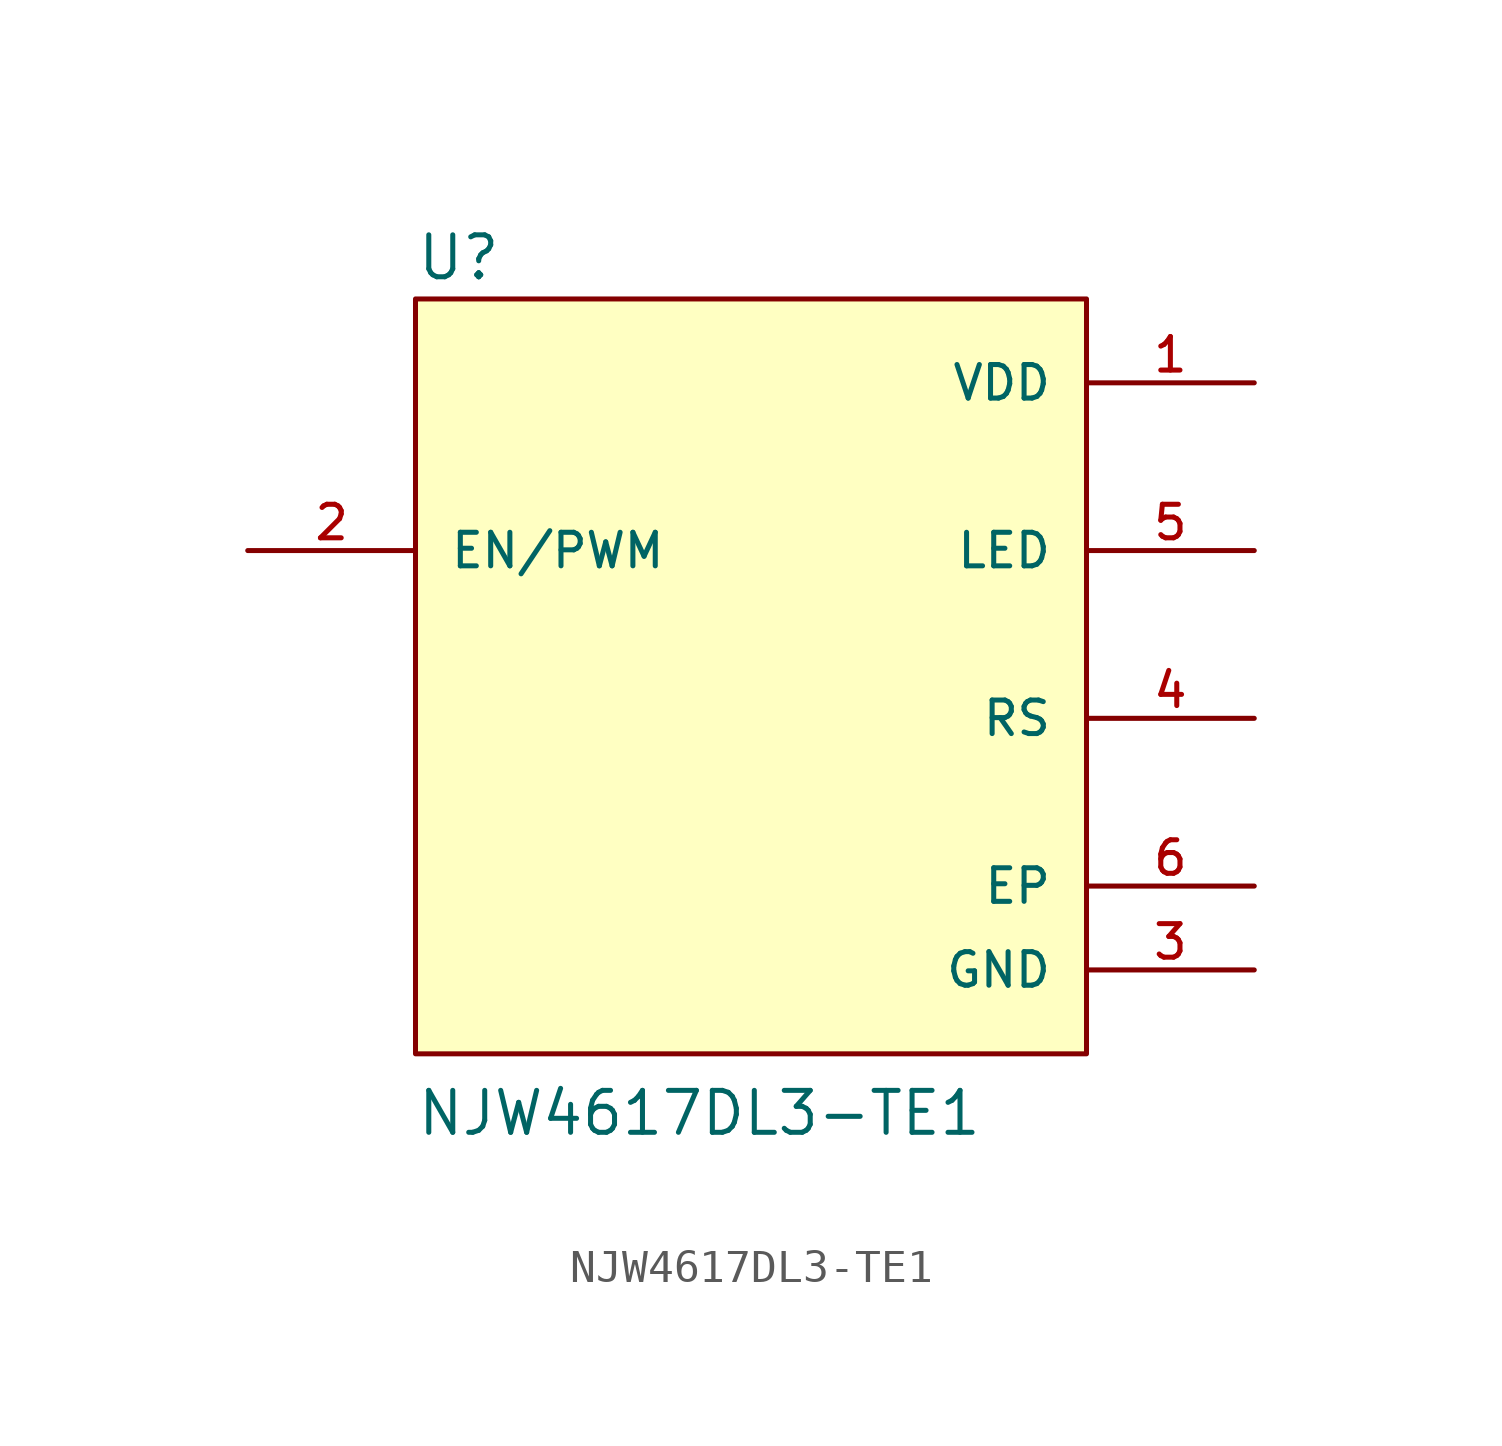
<source format=kicad_sym>
(kicad_symbol_lib
  (version 20211014)
  (generator kicad_symbol_editor)
  (symbol "NJW4617DL3-TE1"
    (pin_names
      (offset 1.016))
    (property "Reference" "U"
      (at -10.16 13.208 0)
      (effects (font (size 1.27 1.27)) (justify bottom left)))
    (property "Value" "NJW4617DL3-TE1"
      (at -10.16 -12.7 0)
      (effects (font (size 1.27 1.27)) (justify bottom left)))
    (symbol "NJW4617DL3-TE1_0_0"
      (rectangle (start -10.16 -10.16) (end 10.16 12.7) (stroke (width 0.152)) (fill (type background)))
      (pin output line (at 15.24 5.08 180.0) (length 5.08) (name "LED" (effects (font (size 1.016 1.016)))) (number "5" (effects (font (size 1.016 1.016)))))
      (pin output line (at 15.24 0.0 180.0) (length 5.08) (name "RS" (effects (font (size 1.016 1.016)))) (number "4" (effects (font (size 1.016 1.016)))))
      (pin power_in line (at 15.24 -7.62 180.0) (length 5.08) (name "GND" (effects (font (size 1.016 1.016)))) (number "3" (effects (font (size 1.016 1.016)))))
      (pin input line (at -15.24 5.08 0) (length 5.08) (name "EN/PWM" (effects (font (size 1.016 1.016)))) (number "2" (effects (font (size 1.016 1.016)))))
      (pin power_in line (at 15.24 10.16 180.0) (length 5.08) (name "VDD" (effects (font (size 1.016 1.016)))) (number "1" (effects (font (size 1.016 1.016)))))
      (pin power_in line (at 15.24 -5.08 180.0) (length 5.08) (name "EP" (effects (font (size 1.016 1.016)))) (number "6" (effects (font (size 1.016 1.016))))))))
</source>
